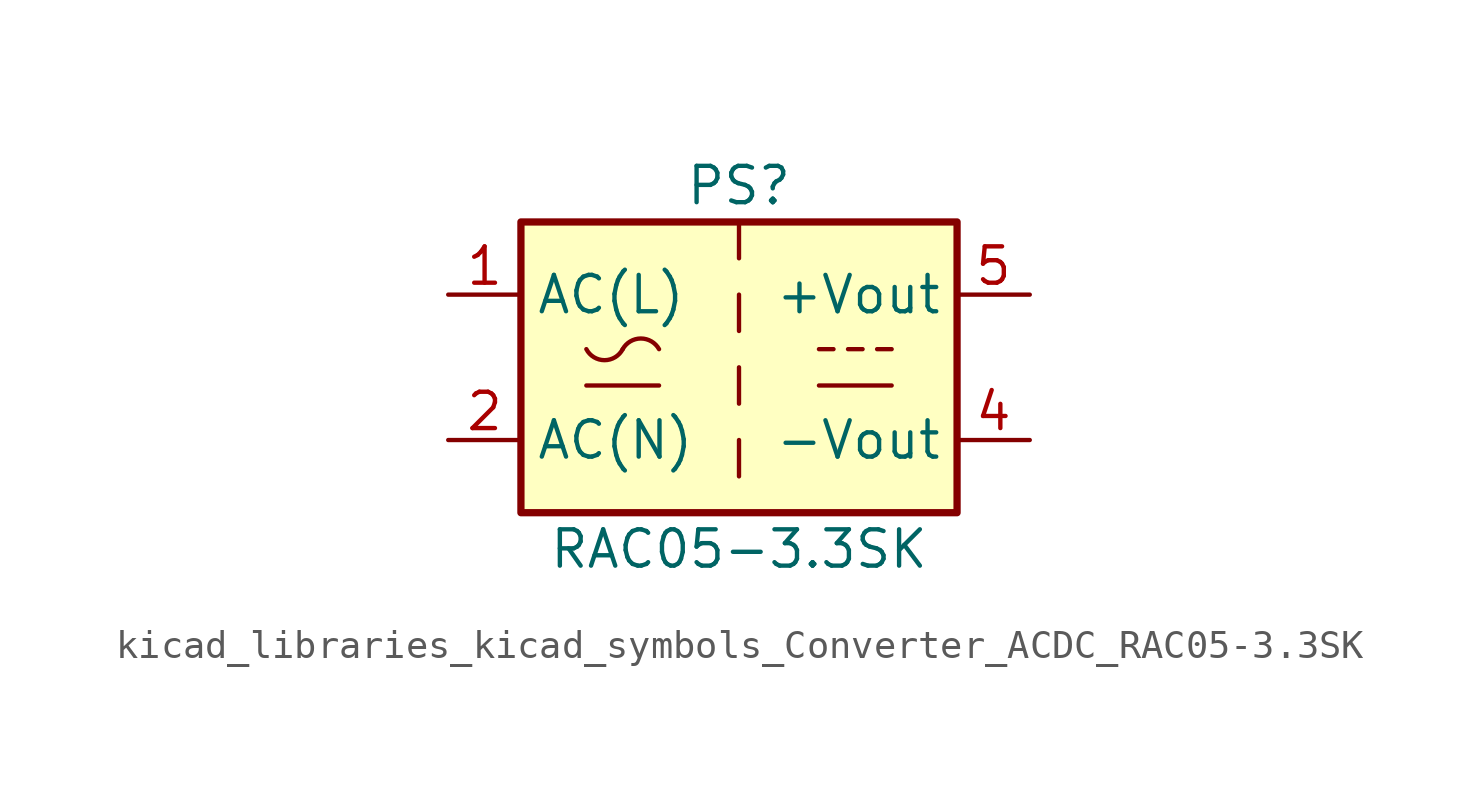
<source format=kicad_sym>
(kicad_symbol_lib
  (version 20220914)
  (generator kicad_symbol_editor)
  (symbol "kicad_libraries_kicad_symbols_Converter_ACDC_RAC05-3.3SK"
    (property "Reference" "PS"
      (at 0 6.35 0)
      (effects (font (size 1.27 1.27))))
    (property "Value" "RAC05-3.3SK"
      (at 0 -6.35 0)
      (effects (font (size 1.27 1.27))))
    (symbol "kicad_libraries_kicad_symbols_Converter_ACDC_RAC05-3.3SK_1_1"
      (rectangle (start -7.62 5.08) (end 7.62 -5.08) (stroke (width 0.254) (type default)) (fill (type background)))
      (arc (start -5.334 0.635) (mid -4.699 0.2495) (end -4.064 0.635) (stroke (width 0) (type default)) (fill (type none)))
      (arc (start -2.794 0.635) (mid -3.429 1.0072) (end -4.064 0.635) (stroke (width 0) (type default)) (fill (type none)))
      (polyline (pts (xy -5.334 -0.635) (xy -2.794 -0.635)) (stroke (width 0) (type default)) (fill (type none)))
      (polyline (pts (xy 0 -2.54) (xy 0 -3.81)) (stroke (width 0) (type default)) (fill (type none)))
      (polyline (pts (xy 0 0) (xy 0 -1.27)) (stroke (width 0) (type default)) (fill (type none)))
      (polyline (pts (xy 0 2.54) (xy 0 1.27)) (stroke (width 0) (type default)) (fill (type none)))
      (polyline (pts (xy 0 5.08) (xy 0 3.81)) (stroke (width 0) (type default)) (fill (type none)))
      (polyline (pts (xy 2.794 -0.635) (xy 5.334 -0.635)) (stroke (width 0) (type default)) (fill (type none)))
      (polyline (pts (xy 2.794 0.635) (xy 3.302 0.635)) (stroke (width 0) (type default)) (fill (type none)))
      (polyline (pts (xy 3.81 0.635) (xy 4.318 0.635)) (stroke (width 0) (type default)) (fill (type none)))
      (polyline (pts (xy 4.826 0.635) (xy 5.334 0.635)) (stroke (width 0) (type default)) (fill (type none)))
      (pin power_in line (at -10.16 2.54 0) (length 2.54) (name "AC(L)" (effects (font (size 1.27 1.27)))) (number "1" (effects (font (size 1.27 1.27)))))
      (pin power_in line (at -10.16 -2.54 0) (length 2.54) (name "AC(N)" (effects (font (size 1.27 1.27)))) (number "2" (effects (font (size 1.27 1.27)))))
      (pin no_connect line (at 7.62 0 180) (length 2.54) hide (name "NC" (effects (font (size 1.27 1.27)))) (number "3" (effects (font (size 1.27 1.27)))))
      (pin power_out line (at 10.16 -2.54 180) (length 2.54) (name "-Vout" (effects (font (size 1.27 1.27)))) (number "4" (effects (font (size 1.27 1.27)))))
      (pin power_out line (at 10.16 2.54 180) (length 2.54) (name "+Vout" (effects (font (size 1.27 1.27)))) (number "5" (effects (font (size 1.27 1.27))))))))
</source>
